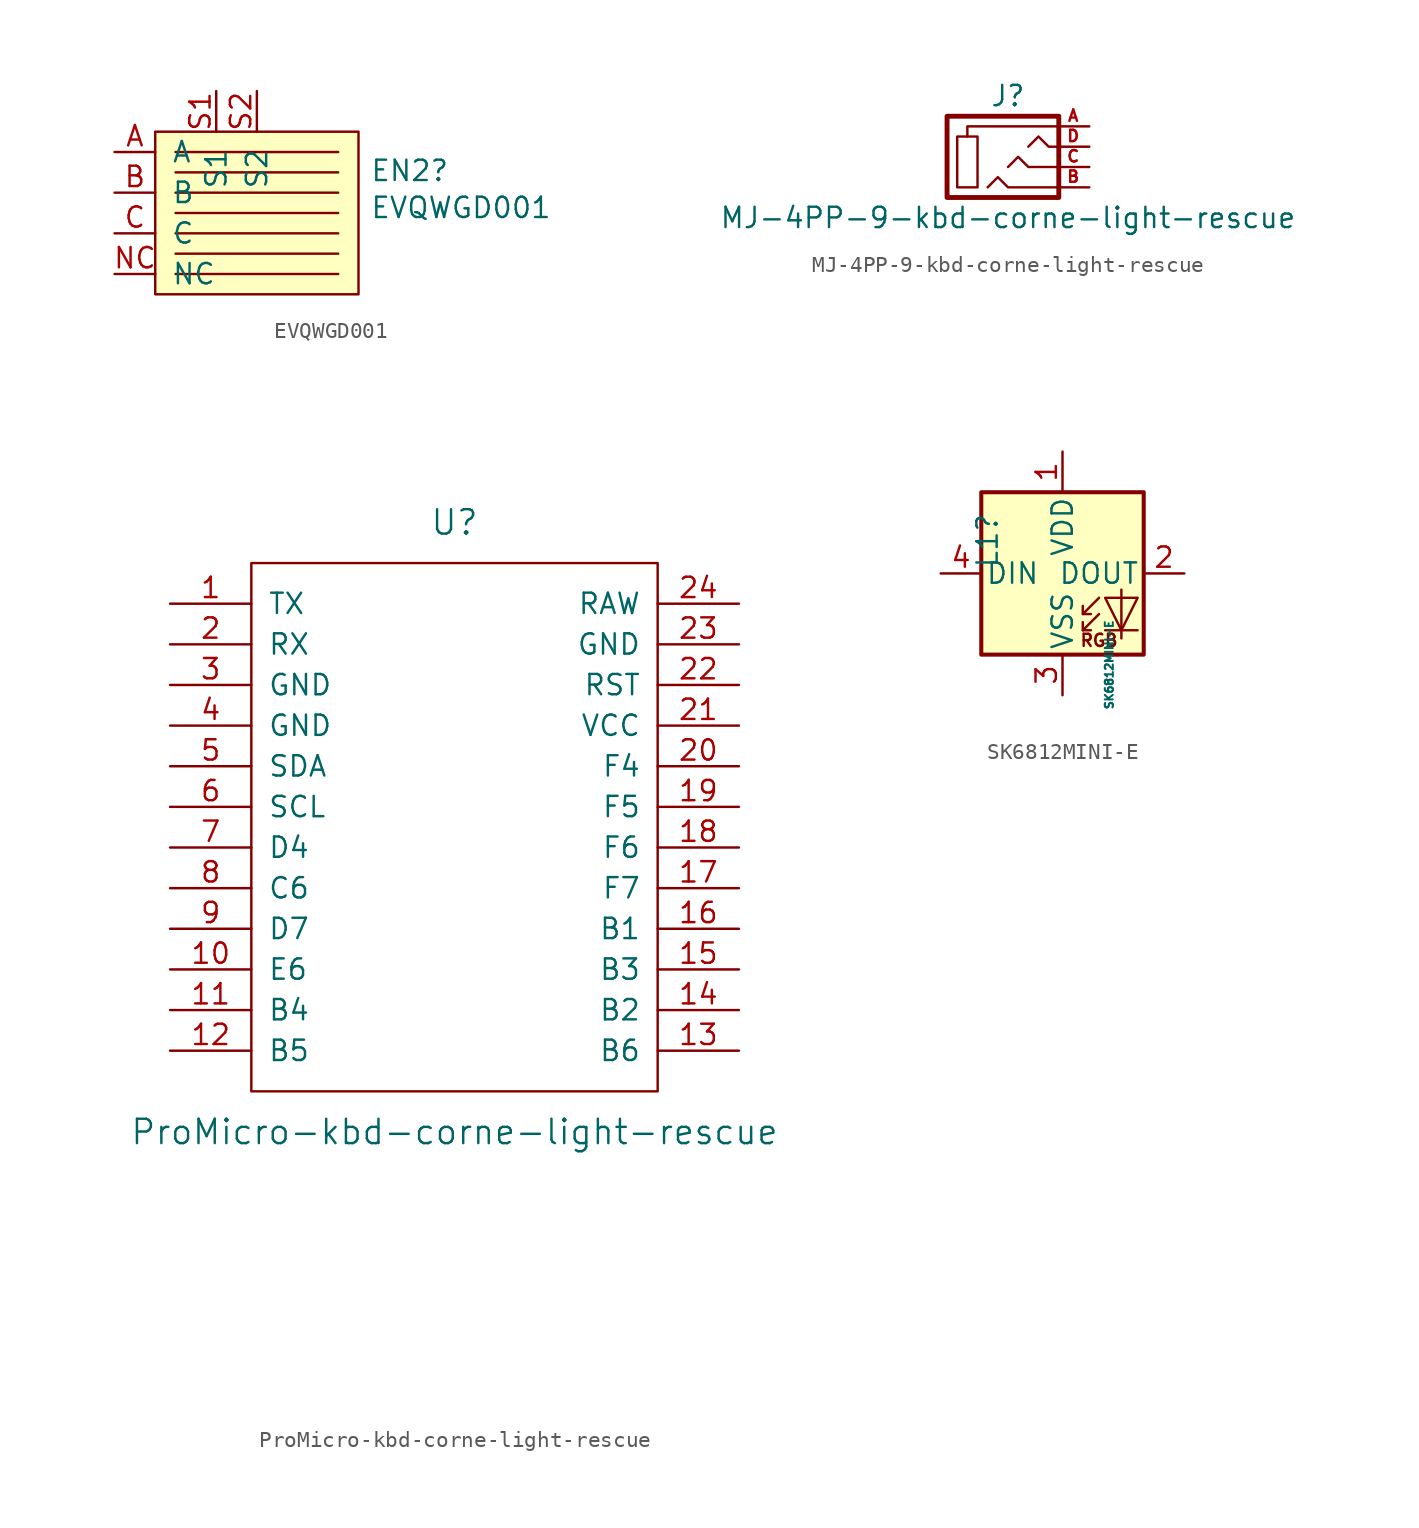
<source format=kicad_sym>
(kicad_symbol_lib
  (version 20211014)
  (generator kicad_symbol_editor)
  (symbol "swoop:EVQWGD001"
    (pin_names
      (offset 1.016))
    (property "Reference" "EN2"
      (at 7.061 1.372 0)
      (effects (font (size 1.27 1.27)) (justify left)))
    (property "Value" "EVQWGD001"
      (at 7.061 -0.94 0)
      (effects (font (size 1.27 1.27)) (justify left)))
    (symbol "EVQWGD001_0_1"
      (rectangle (start -6.35 3.81) (end 6.35 -6.35) (stroke (width 0) (type default) (color 0 0 0 0)) (fill (type background)))
      (polyline (pts (xy -5.08 -5.08) (xy 5.08 -5.08)) (stroke (width 0) (type default) (color 0 0 0 0)) (fill (type none)))
      (polyline (pts (xy -5.08 -3.81) (xy 5.08 -3.81)) (stroke (width 0) (type default) (color 0 0 0 0)) (fill (type none)))
      (polyline (pts (xy -5.08 -2.54) (xy 5.08 -2.54)) (stroke (width 0) (type default) (color 0 0 0 0)) (fill (type none)))
      (polyline (pts (xy -5.08 -1.27) (xy 5.08 -1.27)) (stroke (width 0) (type default) (color 0 0 0 0)) (fill (type none)))
      (polyline (pts (xy -5.08 0) (xy 5.08 0)) (stroke (width 0) (type default) (color 0 0 0 0)) (fill (type none)))
      (polyline (pts (xy -5.08 1.27) (xy 5.08 1.27)) (stroke (width 0) (type default) (color 0 0 0 0)) (fill (type none)))
      (polyline (pts (xy -5.08 2.54) (xy 5.08 2.54)) (stroke (width 0) (type default) (color 0 0 0 0)) (fill (type none))))
    (symbol "EVQWGD001_1_1"
      (pin output line (at -8.89 2.54 0) (length 2.54) (name "A" (effects (font (size 1.27 1.27)))) (number "A" (effects (font (size 1.27 1.27)))))
      (pin output line (at -8.89 0 0) (length 2.54) (name "B" (effects (font (size 1.27 1.27)))) (number "B" (effects (font (size 1.27 1.27)))))
      (pin passive line (at -8.89 -2.54 0) (length 2.54) (name "C" (effects (font (size 1.27 1.27)))) (number "C" (effects (font (size 1.27 1.27)))))
      (pin unspecified line (at -8.89 -5.08 0) (length 2.54) (name "NC" (effects (font (size 1.27 1.27)))) (number "NC" (effects (font (size 1.27 1.27)))))
      (pin output line (at -2.54 6.35 270) (length 2.54) (name "S1" (effects (font (size 1.27 1.27)))) (number "S1" (effects (font (size 1.27 1.27)))))
      (pin output line (at 0 6.35 270) (length 2.54) (name "S2" (effects (font (size 1.27 1.27)))) (number "S2" (effects (font (size 1.27 1.27)))))))
  (symbol "swoop:MJ-4PP-9-kbd-corne-light-rescue"
    (pin_names
      (offset 1.016))
    (property "Reference" "J"
      (at 0 3.81 0)
      (effects (font (size 1.27 1.27))))
    (property "Value" "MJ-4PP-9-kbd-corne-light-rescue"
      (at 0 -3.81 0)
      (effects (font (size 1.27 1.27))))
    (symbol "MJ-4PP-9-kbd-corne-light-rescue_0_1"
      (rectangle (start -1.905 -1.905) (end -3.175 1.27) (stroke (width 0) (type default) (color 0 0 0 0)) (fill (type none)))
      (polyline (pts (xy -2.54 1.27) (xy -2.54 1.905) (xy 3.175 1.905)) (stroke (width 0) (type default) (color 0 0 0 0)) (fill (type none)))
      (polyline (pts (xy -1.27 -1.905) (xy -0.635 -1.27) (xy 0 -1.905) (xy 3.175 -1.905)) (stroke (width 0) (type default) (color 0 0 0 0)) (fill (type none)))
      (polyline (pts (xy 0 -0.635) (xy 0.635 0) (xy 1.27 -0.635) (xy 3.175 -0.635)) (stroke (width 0) (type default) (color 0 0 0 0)) (fill (type none)))
      (polyline (pts (xy 1.27 0.635) (xy 1.905 1.27) (xy 2.54 0.635) (xy 3.175 0.635)) (stroke (width 0) (type default) (color 0 0 0 0)) (fill (type none)))
      (rectangle (start 3.175 2.54) (end -3.81 -2.54) (stroke (width 0.305) (type default) (color 0 0 0 0)) (fill (type none))))
    (symbol "MJ-4PP-9-kbd-corne-light-rescue_1_1"
      (pin input line (at 5.08 1.905 180) (length 2.007) (name "~" (effects (font (size 0.508 0.508)))) (number "A" (effects (font (size 0.711 0.711)))))
      (pin input line (at 5.08 -1.905 180) (length 2.007) (name "~" (effects (font (size 0.508 0.508)))) (number "B" (effects (font (size 0.711 0.711)))))
      (pin input line (at 5.08 -0.635 180) (length 2.007) (name "~" (effects (font (size 0.508 0.508)))) (number "C" (effects (font (size 0.711 0.711)))))
      (pin input line (at 5.08 0.635 180) (length 2.007) (name "~" (effects (font (size 0.508 0.508)))) (number "D" (effects (font (size 0.711 0.711)))))))
  (symbol "swoop:ProMicro-kbd-corne-light-rescue"
    (pin_names
      (offset 1.016))
    (property "Reference" "U"
      (at 0 24.13 0)
      (effects (font (size 1.524 1.524))))
    (property "Value" "ProMicro-kbd-corne-light-rescue"
      (at 0 -13.97 0)
      (effects (font (size 1.524 1.524))))
    (property "Footprint" ""
      (at 2.54 -26.67 0)
      (effects (font (size 1.524 1.524))))
    (property "Datasheet" ""
      (at 2.54 -26.67 0)
      (effects (font (size 1.524 1.524))))
    (symbol "ProMicro-kbd-corne-light-rescue_0_1"
      (rectangle (start -12.7 21.59) (end 12.7 -11.43) (stroke (width 0) (type default) (color 0 0 0 0)) (fill (type none))))
    (symbol "ProMicro-kbd-corne-light-rescue_1_1"
      (pin bidirectional line (at -17.78 19.05 0) (length 5.08) (name "TX" (effects (font (size 1.27 1.27)))) (number "1" (effects (font (size 1.27 1.27)))))
      (pin bidirectional line (at -17.78 -3.81 0) (length 5.08) (name "E6" (effects (font (size 1.27 1.27)))) (number "10" (effects (font (size 1.27 1.27)))))
      (pin bidirectional line (at -17.78 -6.35 0) (length 5.08) (name "B4" (effects (font (size 1.27 1.27)))) (number "11" (effects (font (size 1.27 1.27)))))
      (pin bidirectional line (at -17.78 -8.89 0) (length 5.08) (name "B5" (effects (font (size 1.27 1.27)))) (number "12" (effects (font (size 1.27 1.27)))))
      (pin bidirectional line (at 17.78 -8.89 180) (length 5.08) (name "B6" (effects (font (size 1.27 1.27)))) (number "13" (effects (font (size 1.27 1.27)))))
      (pin bidirectional line (at 17.78 -6.35 180) (length 5.08) (name "B2" (effects (font (size 1.27 1.27)))) (number "14" (effects (font (size 1.27 1.27)))))
      (pin bidirectional line (at 17.78 -3.81 180) (length 5.08) (name "B3" (effects (font (size 1.27 1.27)))) (number "15" (effects (font (size 1.27 1.27)))))
      (pin bidirectional line (at 17.78 -1.27 180) (length 5.08) (name "B1" (effects (font (size 1.27 1.27)))) (number "16" (effects (font (size 1.27 1.27)))))
      (pin bidirectional line (at 17.78 1.27 180) (length 5.08) (name "F7" (effects (font (size 1.27 1.27)))) (number "17" (effects (font (size 1.27 1.27)))))
      (pin bidirectional line (at 17.78 3.81 180) (length 5.08) (name "F6" (effects (font (size 1.27 1.27)))) (number "18" (effects (font (size 1.27 1.27)))))
      (pin bidirectional line (at 17.78 6.35 180) (length 5.08) (name "F5" (effects (font (size 1.27 1.27)))) (number "19" (effects (font (size 1.27 1.27)))))
      (pin bidirectional line (at -17.78 16.51 0) (length 5.08) (name "RX" (effects (font (size 1.27 1.27)))) (number "2" (effects (font (size 1.27 1.27)))))
      (pin bidirectional line (at 17.78 8.89 180) (length 5.08) (name "F4" (effects (font (size 1.27 1.27)))) (number "20" (effects (font (size 1.27 1.27)))))
      (pin power_in line (at 17.78 11.43 180) (length 5.08) (name "VCC" (effects (font (size 1.27 1.27)))) (number "21" (effects (font (size 1.27 1.27)))))
      (pin input line (at 17.78 13.97 180) (length 5.08) (name "RST" (effects (font (size 1.27 1.27)))) (number "22" (effects (font (size 1.27 1.27)))))
      (pin power_in line (at 17.78 16.51 180) (length 5.08) (name "GND" (effects (font (size 1.27 1.27)))) (number "23" (effects (font (size 1.27 1.27)))))
      (pin power_out line (at 17.78 19.05 180) (length 5.08) (name "RAW" (effects (font (size 1.27 1.27)))) (number "24" (effects (font (size 1.27 1.27)))))
      (pin power_in line (at -17.78 13.97 0) (length 5.08) (name "GND" (effects (font (size 1.27 1.27)))) (number "3" (effects (font (size 1.27 1.27)))))
      (pin power_in line (at -17.78 11.43 0) (length 5.08) (name "GND" (effects (font (size 1.27 1.27)))) (number "4" (effects (font (size 1.27 1.27)))))
      (pin bidirectional line (at -17.78 8.89 0) (length 5.08) (name "SDA" (effects (font (size 1.27 1.27)))) (number "5" (effects (font (size 1.27 1.27)))))
      (pin bidirectional line (at -17.78 6.35 0) (length 5.08) (name "SCL" (effects (font (size 1.27 1.27)))) (number "6" (effects (font (size 1.27 1.27)))))
      (pin bidirectional line (at -17.78 3.81 0) (length 5.08) (name "D4" (effects (font (size 1.27 1.27)))) (number "7" (effects (font (size 1.27 1.27)))))
      (pin bidirectional line (at -17.78 1.27 0) (length 5.08) (name "C6" (effects (font (size 1.27 1.27)))) (number "8" (effects (font (size 1.27 1.27)))))
      (pin bidirectional line (at -17.78 -1.27 0) (length 5.08) (name "D7" (effects (font (size 1.27 1.27)))) (number "9" (effects (font (size 1.27 1.27)))))))
  (symbol "swoop:SK6812MINI-E"
    (pin_names
      (offset 0.254))
    (property "Reference" "L1"
      (at -4.699 3.81 90)
      (effects (font (size 1.27 1.27)) (justify right)))
    (property "Value" "SK6812MINI-E"
      (at 2.921 -5.715 90)
      (effects (font (size 0.5 0.5))))
    (property "Datasheet" ""
      (at 0 0 0)
      (effects (font (size 1.524 1.524))))
    (symbol "SK6812MINI-E_0_0"
      (text "RGB" (at 2.286 -4.191 0) (effects (font (size 0.762 0.762)))))
    (symbol "SK6812MINI-E_0_1"
      (polyline (pts (xy 1.27 -3.556) (xy 1.778 -3.556)) (stroke (width 0) (type default) (color 0 0 0 0)) (fill (type none)))
      (polyline (pts (xy 1.27 -2.54) (xy 1.778 -2.54)) (stroke (width 0) (type default) (color 0 0 0 0)) (fill (type none)))
      (polyline (pts (xy 4.699 -3.556) (xy 2.667 -3.556)) (stroke (width 0) (type default) (color 0 0 0 0)) (fill (type none)))
      (polyline (pts (xy 2.286 -2.54) (xy 1.27 -3.556) (xy 1.27 -3.048)) (stroke (width 0) (type default) (color 0 0 0 0)) (fill (type none)))
      (polyline (pts (xy 2.286 -1.524) (xy 1.27 -2.54) (xy 1.27 -2.032)) (stroke (width 0) (type default) (color 0 0 0 0)) (fill (type none)))
      (polyline (pts (xy 3.683 -1.016) (xy 3.683 -3.556) (xy 3.683 -4.064)) (stroke (width 0) (type default) (color 0 0 0 0)) (fill (type none)))
      (polyline (pts (xy 4.699 -1.524) (xy 2.667 -1.524) (xy 3.683 -3.556) (xy 4.699 -1.524)) (stroke (width 0) (type default) (color 0 0 0 0)) (fill (type none)))
      (rectangle (start 5.08 5.08) (end -5.08 -5.08) (stroke (width 0.254) (type default) (color 0 0 0 0)) (fill (type background))))
    (symbol "SK6812MINI-E_1_1"
      (pin power_in line (at 0 7.62 270) (length 2.54) (name "VDD" (effects (font (size 1.27 1.27)))) (number "1" (effects (font (size 1.27 1.27)))))
      (pin output line (at 7.62 0 180) (length 2.54) (name "DOUT" (effects (font (size 1.27 1.27)))) (number "2" (effects (font (size 1.27 1.27)))))
      (pin power_in line (at 0 -7.62 90) (length 2.54) (name "VSS" (effects (font (size 1.27 1.27)))) (number "3" (effects (font (size 1.27 1.27)))))
      (pin input line (at -7.62 0 0) (length 2.54) (name "DIN" (effects (font (size 1.27 1.27)))) (number "4" (effects (font (size 1.27 1.27))))))))
</source>
